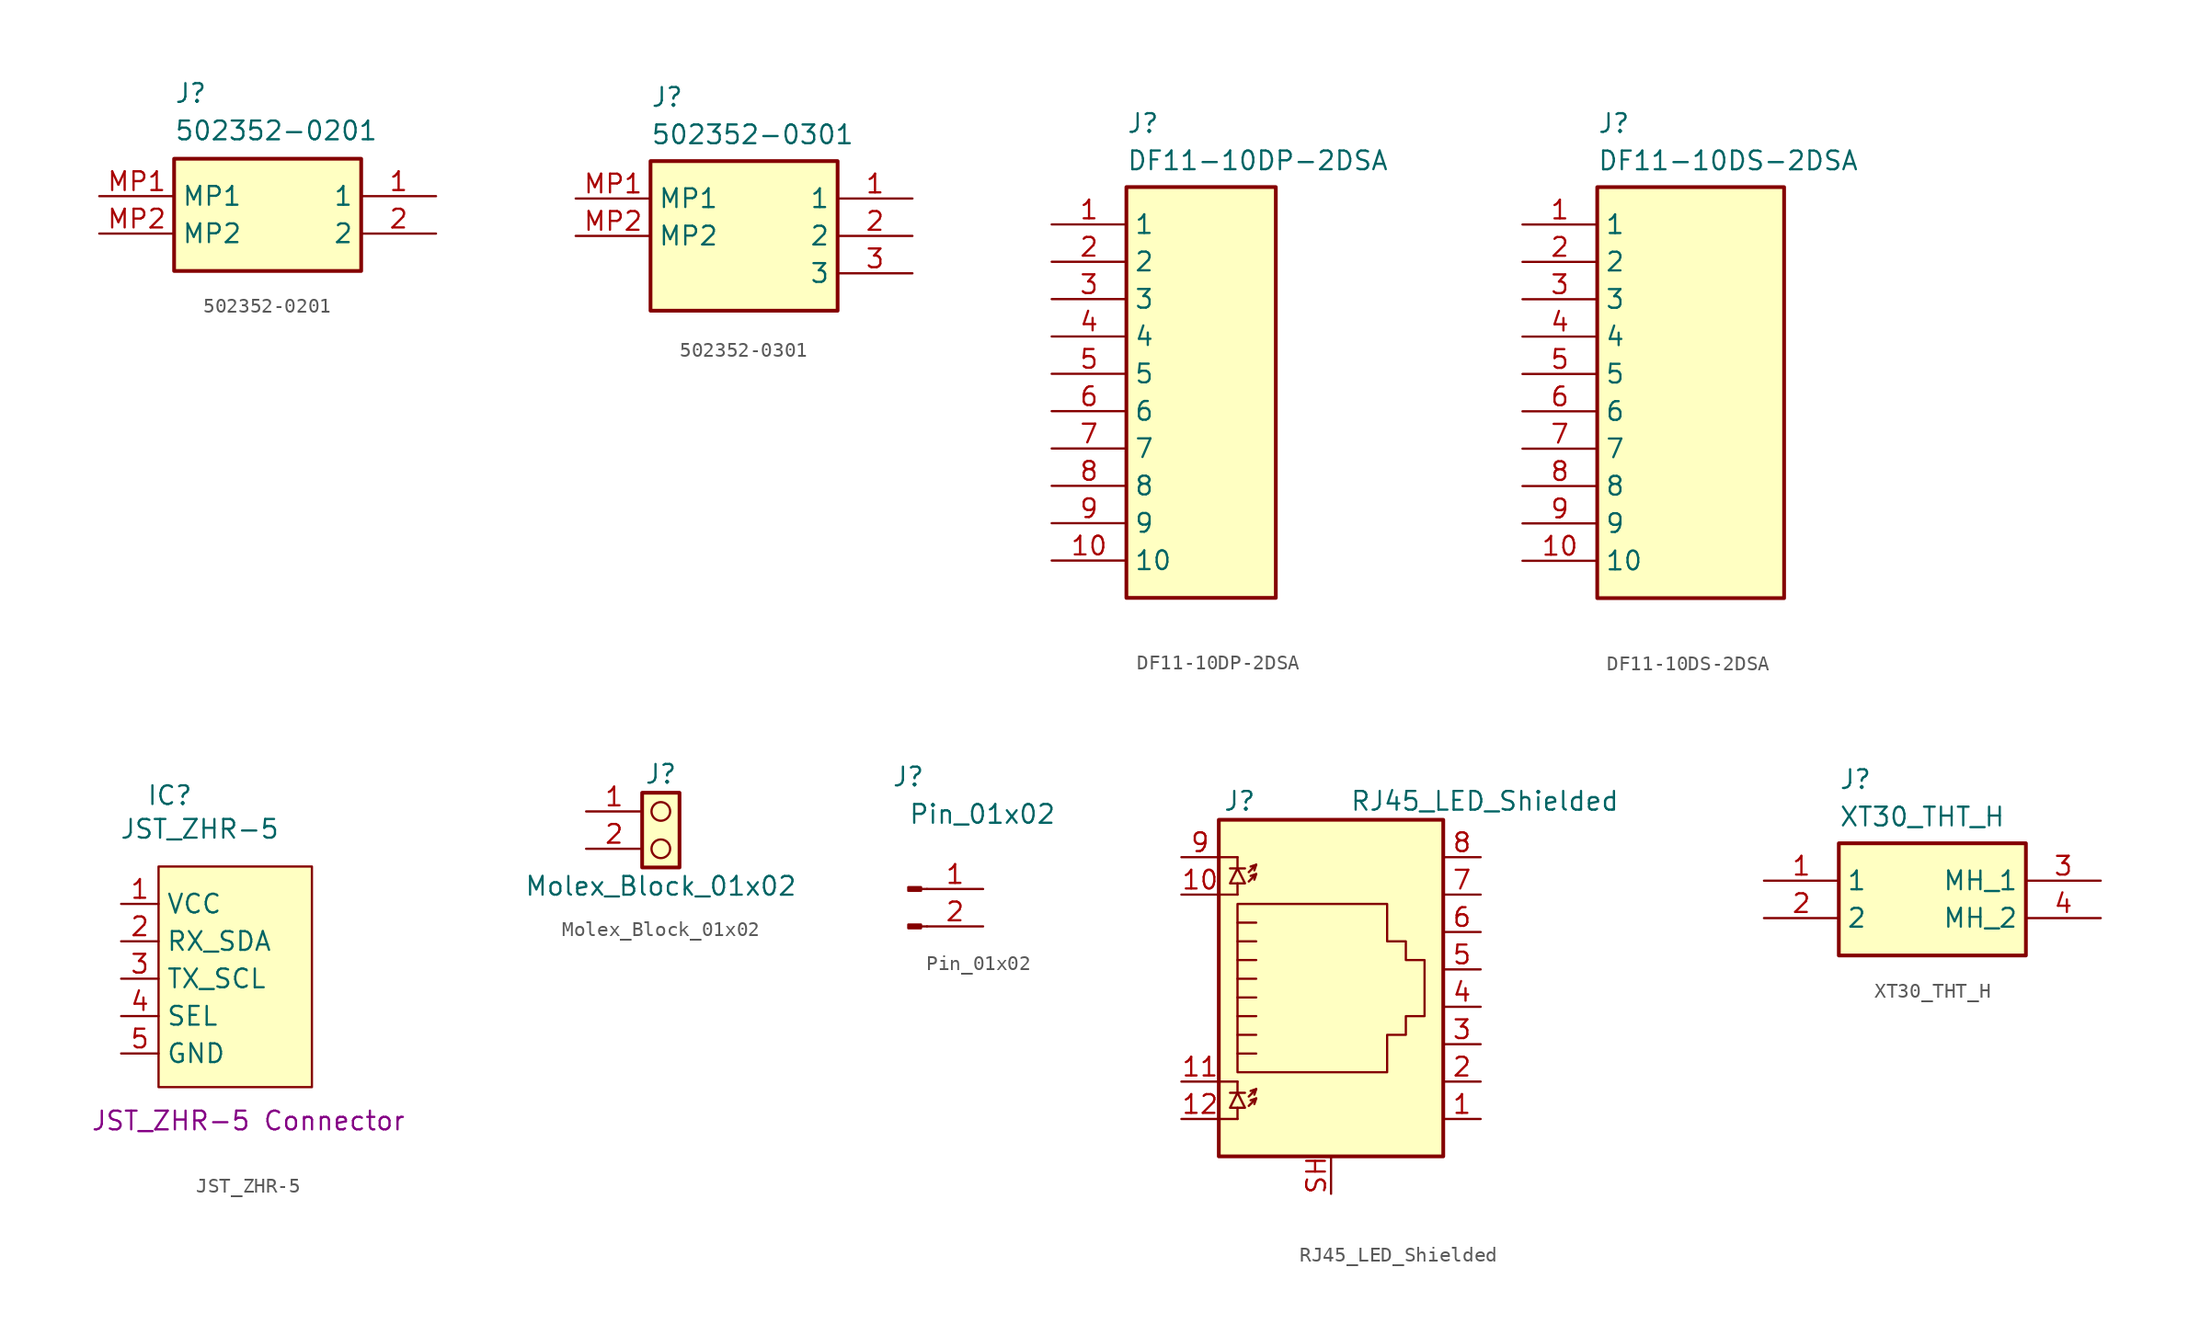
<source format=kicad_sym>
(kicad_symbol_lib
  (version 20241209)
  (generator "kicad_symbol_editor")
  (generator_version "9.0")
  (symbol "502352-0201"
    (property "Reference" "J"
      (at 5.08 6.985 0)
      (effects (font (size 1.27 1.27)) (justify left)))
    (property "Value" "502352-0201"
      (at 5.08 4.445 0)
      (effects (font (size 1.27 1.27)) (justify left)))
    (symbol "502352-0201_1_1"
      (rectangle (start 5.08 2.54) (end 17.78 -5.08) (stroke (width 0.254) (type default)) (fill (type background)))
      (pin passive line (at 0 0 0) (length 5.08) (name "MP1" (effects (font (size 1.27 1.27)))) (number "MP1" (effects (font (size 1.27 1.27)))))
      (pin passive line (at 0 -2.54 0) (length 5.08) (name "MP2" (effects (font (size 1.27 1.27)))) (number "MP2" (effects (font (size 1.27 1.27)))))
      (pin passive line (at 22.86 0 180) (length 5.08) (name "1" (effects (font (size 1.27 1.27)))) (number "1" (effects (font (size 1.27 1.27)))))
      (pin passive line (at 22.86 -2.54 180) (length 5.08) (name "2" (effects (font (size 1.27 1.27)))) (number "2" (effects (font (size 1.27 1.27)))))))
  (symbol "502352-0301"
    (property "Reference" "J"
      (at 5.08 7.62 0)
      (effects (font (size 1.27 1.27)) (justify left top)))
    (property "Value" "502352-0301"
      (at 5.08 5.08 0)
      (effects (font (size 1.27 1.27)) (justify left top)))
    (symbol "502352-0301_1_1"
      (rectangle (start 5.08 2.54) (end 17.78 -7.62) (stroke (width 0.254) (type default)) (fill (type background)))
      (pin passive line (at 0 0 0) (length 5.08) (name "MP1" (effects (font (size 1.27 1.27)))) (number "MP1" (effects (font (size 1.27 1.27)))))
      (pin passive line (at 0 -2.54 0) (length 5.08) (name "MP2" (effects (font (size 1.27 1.27)))) (number "MP2" (effects (font (size 1.27 1.27)))))
      (pin passive line (at 22.86 0 180) (length 5.08) (name "1" (effects (font (size 1.27 1.27)))) (number "1" (effects (font (size 1.27 1.27)))))
      (pin passive line (at 22.86 -2.54 180) (length 5.08) (name "2" (effects (font (size 1.27 1.27)))) (number "2" (effects (font (size 1.27 1.27)))))
      (pin passive line (at 22.86 -5.08 180) (length 5.08) (name "3" (effects (font (size 1.27 1.27)))) (number "3" (effects (font (size 1.27 1.27)))))))
  (symbol "DF11-10DP-2DSA"
    (property "Reference" "J"
      (at 5.08 7.62 0)
      (effects (font (size 1.27 1.27)) (justify left top)))
    (property "Value" "DF11-10DP-2DSA"
      (at 5.08 5.08 0)
      (effects (font (size 1.27 1.27)) (justify left top)))
    (symbol "DF11-10DP-2DSA_1_1"
      (rectangle (start 5.08 2.54) (end 15.24 -25.4) (stroke (width 0.254) (type default)) (fill (type background)))
      (pin passive line (at 0 0 0) (length 5.08) (name "1" (effects (font (size 1.27 1.27)))) (number "1" (effects (font (size 1.27 1.27)))))
      (pin passive line (at 0 -2.54 0) (length 5.08) (name "2" (effects (font (size 1.27 1.27)))) (number "2" (effects (font (size 1.27 1.27)))))
      (pin passive line (at 0 -5.08 0) (length 5.08) (name "3" (effects (font (size 1.27 1.27)))) (number "3" (effects (font (size 1.27 1.27)))))
      (pin passive line (at 0 -7.62 0) (length 5.08) (name "4" (effects (font (size 1.27 1.27)))) (number "4" (effects (font (size 1.27 1.27)))))
      (pin passive line (at 0 -10.16 0) (length 5.08) (name "5" (effects (font (size 1.27 1.27)))) (number "5" (effects (font (size 1.27 1.27)))))
      (pin passive line (at 0 -12.7 0) (length 5.08) (name "6" (effects (font (size 1.27 1.27)))) (number "6" (effects (font (size 1.27 1.27)))))
      (pin passive line (at 0 -15.24 0) (length 5.08) (name "7" (effects (font (size 1.27 1.27)))) (number "7" (effects (font (size 1.27 1.27)))))
      (pin passive line (at 0 -17.78 0) (length 5.08) (name "8" (effects (font (size 1.27 1.27)))) (number "8" (effects (font (size 1.27 1.27)))))
      (pin passive line (at 0 -20.32 0) (length 5.08) (name "9" (effects (font (size 1.27 1.27)))) (number "9" (effects (font (size 1.27 1.27)))))
      (pin passive line (at 0 -22.86 0) (length 5.08) (name "10" (effects (font (size 1.27 1.27)))) (number "10" (effects (font (size 1.27 1.27)))))))
  (symbol "DF11-10DS-2DSA"
    (property "Reference" "J"
      (at 5.08 7.62 0)
      (effects (font (size 1.27 1.27)) (justify left top)))
    (property "Value" "DF11-10DS-2DSA"
      (at 5.08 5.08 0)
      (effects (font (size 1.27 1.27)) (justify left top)))
    (symbol "DF11-10DS-2DSA_1_1"
      (rectangle (start 5.08 2.54) (end 17.78 -25.4) (stroke (width 0.254) (type default)) (fill (type background)))
      (pin passive line (at 0 0 0) (length 5.08) (name "1" (effects (font (size 1.27 1.27)))) (number "1" (effects (font (size 1.27 1.27)))))
      (pin passive line (at 0 -2.54 0) (length 5.08) (name "2" (effects (font (size 1.27 1.27)))) (number "2" (effects (font (size 1.27 1.27)))))
      (pin passive line (at 0 -5.08 0) (length 5.08) (name "3" (effects (font (size 1.27 1.27)))) (number "3" (effects (font (size 1.27 1.27)))))
      (pin passive line (at 0 -7.62 0) (length 5.08) (name "4" (effects (font (size 1.27 1.27)))) (number "4" (effects (font (size 1.27 1.27)))))
      (pin passive line (at 0 -10.16 0) (length 5.08) (name "5" (effects (font (size 1.27 1.27)))) (number "5" (effects (font (size 1.27 1.27)))))
      (pin passive line (at 0 -12.7 0) (length 5.08) (name "6" (effects (font (size 1.27 1.27)))) (number "6" (effects (font (size 1.27 1.27)))))
      (pin passive line (at 0 -15.24 0) (length 5.08) (name "7" (effects (font (size 1.27 1.27)))) (number "7" (effects (font (size 1.27 1.27)))))
      (pin passive line (at 0 -17.78 0) (length 5.08) (name "8" (effects (font (size 1.27 1.27)))) (number "8" (effects (font (size 1.27 1.27)))))
      (pin passive line (at 0 -20.32 0) (length 5.08) (name "9" (effects (font (size 1.27 1.27)))) (number "9" (effects (font (size 1.27 1.27)))))
      (pin passive line (at 0 -22.86 0) (length 5.08) (name "10" (effects (font (size 1.27 1.27)))) (number "10" (effects (font (size 1.27 1.27)))))))
  (symbol "JST_ZHR-5"
    (property "Reference" "IC"
      (at 0.762 12.446 0)
      (effects (font (size 1.27 1.27))))
    (property "Value" "JST_ZHR-5"
      (at 2.794 10.16 0)
      (effects (font (size 1.27 1.27))))
    (property "Description" "JST_ZHR-5 Connector"
      (at 6.096 -9.652 0)
      (effects (font (size 1.27 1.27))))
    (symbol "JST_ZHR-5_0_0"
      (pin unspecified line (at -2.54 5.08 0) (length 2.54) (name "VCC" (effects (font (size 1.27 1.27)))) (number "1" (effects (font (size 1.27 1.27)))))
      (pin unspecified line (at -2.54 2.54 0) (length 2.54) (name "RX_SDA" (effects (font (size 1.27 1.27)))) (number "2" (effects (font (size 1.27 1.27)))))
      (pin unspecified line (at -2.54 0 0) (length 2.54) (name "TX_SCL" (effects (font (size 1.27 1.27)))) (number "3" (effects (font (size 1.27 1.27)))))
      (pin unspecified line (at -2.54 -2.54 0) (length 2.54) (name "SEL" (effects (font (size 1.27 1.27)))) (number "4" (effects (font (size 1.27 1.27)))))
      (pin unspecified line (at -2.54 -5.08 0) (length 2.54) (name "GND" (effects (font (size 1.27 1.27)))) (number "5" (effects (font (size 1.27 1.27))))))
    (symbol "JST_ZHR-5_1_1"
      (rectangle (start 0 7.62) (end 10.414 -7.366) (stroke (width 0) (type solid)) (fill (type background)))))
  (symbol "Molex_Block_01x02"
    (pin_names
      (offset 1.016)
      (hide yes))
    (property "Reference" "J"
      (at 5.08 2.54 0)
      (effects (font (size 1.27 1.27))))
    (property "Value" "Molex_Block_01x02"
      (at 5.08 -5.08 0)
      (effects (font (size 1.27 1.27))))
    (symbol "Molex_Block_01x02_1_1"
      (rectangle (start 3.81 1.27) (end 6.35 -3.81) (stroke (width 0.254) (type default)) (fill (type background)))
      (circle (center 5.08 0) (radius 0.635) (stroke (width 0.152) (type default)) (fill (type none)))
      (circle (center 5.08 -2.54) (radius 0.635) (stroke (width 0.152) (type default)) (fill (type none)))
      (pin passive line (at 0 0 0) (length 3.81) (name "Pin_1" (effects (font (size 1.27 1.27)))) (number "1" (effects (font (size 1.27 1.27)))))
      (pin passive line (at 0 -2.54 0) (length 3.81) (name "Pin_2" (effects (font (size 1.27 1.27)))) (number "2" (effects (font (size 1.27 1.27)))))))
  (symbol "Pin_01x02"
    (pin_names
      (offset 1.016)
      (hide yes))
    (property "Reference" "J"
      (at 0 7.62 0)
      (effects (font (size 1.27 1.27))))
    (property "Value" "Pin_01x02"
      (at 0 5.08 0)
      (effects (font (size 1.27 1.27)) (justify left)))
    (property "ki_locked" ""
      (at 0 0 0)
      (effects (font (size 1.27 1.27))))
    (symbol "Pin_01x02_1_1"
      (rectangle (start 0.864 0.127) (end 0 -0.127) (stroke (width 0.152) (type default)) (fill (type outline)))
      (rectangle (start 0.864 -2.413) (end 0 -2.667) (stroke (width 0.152) (type default)) (fill (type outline)))
      (polyline (pts (xy 1.27 0) (xy 0.864 0)) (stroke (width 0.152) (type default)) (fill (type none)))
      (polyline (pts (xy 1.27 -2.54) (xy 0.864 -2.54)) (stroke (width 0.152) (type default)) (fill (type none)))
      (pin passive line (at 5.08 0 180) (length 3.81) (name "Pin_1" (effects (font (size 1.27 1.27)))) (number "1" (effects (font (size 1.27 1.27)))))
      (pin passive line (at 5.08 -2.54 180) (length 3.81) (name "Pin_2" (effects (font (size 1.27 1.27)))) (number "2" (effects (font (size 1.27 1.27)))))))
  (symbol "RJ45_LED_Shielded"
    (pin_names
      (offset 1.016))
    (property "Reference" "J"
      (at -15.24 21.59 0)
      (effects (font (size 1.27 1.27)) (justify right)))
    (property "Value" "RJ45_LED_Shielded"
      (at -8.89 21.59 0)
      (effects (font (size 1.27 1.27)) (justify left)))
    (symbol "RJ45_LED_Shielded_0_1"
      (polyline (pts (xy -17.78 17.78) (xy -16.51 17.78)) (stroke (width 0) (type default)) (fill (type none)))
      (polyline (pts (xy -17.78 15.24) (xy -16.51 15.24)) (stroke (width 0) (type default)) (fill (type none)))
      (polyline (pts (xy -17.78 2.54) (xy -16.51 2.54)) (stroke (width 0) (type default)) (fill (type none)))
      (polyline (pts (xy -17.78 0) (xy -16.51 0)) (stroke (width 0) (type default)) (fill (type none)))
      (polyline (pts (xy -17.018 17.018) (xy -16.002 17.018)) (stroke (width 0) (type default)) (fill (type none)))
      (polyline (pts (xy -17.018 1.778) (xy -16.002 1.778)) (stroke (width 0) (type default)) (fill (type none)))
      (polyline (pts (xy -16.51 17.78) (xy -16.51 17.018)) (stroke (width 0) (type default)) (fill (type none)))
      (polyline (pts (xy -16.51 17.018) (xy -17.018 16.002) (xy -16.002 16.002) (xy -16.51 17.018)) (stroke (width 0) (type default)) (fill (type none)))
      (polyline (pts (xy -16.51 15.24) (xy -16.51 16.002)) (stroke (width 0) (type default)) (fill (type none)))
      (polyline (pts (xy -16.51 9.525) (xy -15.24 9.525) (xy -15.24 9.525)) (stroke (width 0) (type default)) (fill (type none)))
      (polyline (pts (xy -16.51 8.255) (xy -15.24 8.255) (xy -15.24 8.255)) (stroke (width 0) (type default)) (fill (type none)))
      (polyline (pts (xy -16.51 6.985) (xy -15.24 6.985) (xy -15.24 6.985)) (stroke (width 0) (type default)) (fill (type none)))
      (polyline (pts (xy -16.51 5.715) (xy -15.24 5.715) (xy -15.24 5.715)) (stroke (width 0) (type default)) (fill (type none)))
      (polyline (pts (xy -16.51 4.445) (xy -15.24 4.445) (xy -15.24 4.445)) (stroke (width 0) (type default)) (fill (type none)))
      (polyline (pts (xy -16.51 3.175) (xy -16.51 14.605) (xy -6.35 14.605) (xy -6.35 12.065) (xy -5.08 12.065) (xy -5.08 10.795) (xy -3.81 10.795) (xy -3.81 6.985) (xy -5.08 6.985) (xy -5.08 5.715) (xy -6.35 5.715) (xy -6.35 3.175) (xy -16.51 3.175) (xy -16.51 3.175)) (stroke (width 0) (type default)) (fill (type none)))
      (polyline (pts (xy -16.51 2.54) (xy -16.51 1.778)) (stroke (width 0) (type default)) (fill (type none)))
      (polyline (pts (xy -16.51 1.778) (xy -17.018 0.762) (xy -16.002 0.762) (xy -16.51 1.778)) (stroke (width 0) (type default)) (fill (type none)))
      (polyline (pts (xy -16.51 0) (xy -16.51 0.762)) (stroke (width 0) (type default)) (fill (type none)))
      (polyline (pts (xy -15.748 16.764) (xy -15.24 17.272) (xy -15.621 17.145)) (stroke (width 0) (type default)) (fill (type none)))
      (polyline (pts (xy -15.748 16.129) (xy -15.24 16.637) (xy -15.621 16.51)) (stroke (width 0) (type default)) (fill (type none)))
      (polyline (pts (xy -15.748 1.524) (xy -15.24 2.032) (xy -15.621 1.905)) (stroke (width 0) (type default)) (fill (type none)))
      (polyline (pts (xy -15.748 0.889) (xy -15.24 1.397) (xy -15.621 1.27)) (stroke (width 0) (type default)) (fill (type none)))
      (polyline (pts (xy -15.24 17.272) (xy -15.367 16.891)) (stroke (width 0) (type default)) (fill (type none)))
      (polyline (pts (xy -15.24 16.637) (xy -15.367 16.256)) (stroke (width 0) (type default)) (fill (type none)))
      (polyline (pts (xy -15.24 13.335) (xy -16.51 13.335)) (stroke (width 0) (type default)) (fill (type none)))
      (polyline (pts (xy -15.24 12.065) (xy -16.51 12.065)) (stroke (width 0) (type default)) (fill (type none)))
      (polyline (pts (xy -15.24 10.795) (xy -16.51 10.795) (xy -16.51 10.795)) (stroke (width 0) (type default)) (fill (type none)))
      (polyline (pts (xy -15.24 2.032) (xy -15.367 1.651)) (stroke (width 0) (type default)) (fill (type none)))
      (polyline (pts (xy -15.24 1.397) (xy -15.367 1.016)) (stroke (width 0) (type default)) (fill (type none)))
      (rectangle (start -2.54 20.32) (end -17.78 -2.54) (stroke (width 0.254) (type default)) (fill (type background))))
    (symbol "RJ45_LED_Shielded_1_1"
      (pin passive line (at -20.32 17.78 0) (length 2.54) (name "~" (effects (font (size 1.27 1.27)))) (number "9" (effects (font (size 1.27 1.27)))))
      (pin passive line (at -20.32 15.24 0) (length 2.54) (name "~" (effects (font (size 1.27 1.27)))) (number "10" (effects (font (size 1.27 1.27)))))
      (pin passive line (at -20.32 2.54 0) (length 2.54) (name "~" (effects (font (size 1.27 1.27)))) (number "11" (effects (font (size 1.27 1.27)))))
      (pin passive line (at -20.32 0 0) (length 2.54) (name "~" (effects (font (size 1.27 1.27)))) (number "12" (effects (font (size 1.27 1.27)))))
      (pin passive line (at -10.16 -5.08 90) (length 2.54) (name "~" (effects (font (size 1.27 1.27)))) (number "SH" (effects (font (size 1.27 1.27)))))
      (pin passive line (at 0 17.78 180) (length 2.54) (name "~" (effects (font (size 1.27 1.27)))) (number "8" (effects (font (size 1.27 1.27)))))
      (pin passive line (at 0 15.24 180) (length 2.54) (name "~" (effects (font (size 1.27 1.27)))) (number "7" (effects (font (size 1.27 1.27)))))
      (pin passive line (at 0 12.7 180) (length 2.54) (name "~" (effects (font (size 1.27 1.27)))) (number "6" (effects (font (size 1.27 1.27)))))
      (pin passive line (at 0 10.16 180) (length 2.54) (name "~" (effects (font (size 1.27 1.27)))) (number "5" (effects (font (size 1.27 1.27)))))
      (pin passive line (at 0 7.62 180) (length 2.54) (name "~" (effects (font (size 1.27 1.27)))) (number "4" (effects (font (size 1.27 1.27)))))
      (pin passive line (at 0 5.08 180) (length 2.54) (name "~" (effects (font (size 1.27 1.27)))) (number "3" (effects (font (size 1.27 1.27)))))
      (pin passive line (at 0 2.54 180) (length 2.54) (name "~" (effects (font (size 1.27 1.27)))) (number "2" (effects (font (size 1.27 1.27)))))
      (pin passive line (at 0 0 180) (length 2.54) (name "~" (effects (font (size 1.27 1.27)))) (number "1" (effects (font (size 1.27 1.27)))))))
  (symbol "XT30_THT_H"
    (property "Reference" "J"
      (at 5.08 7.62 0)
      (effects (font (size 1.27 1.27)) (justify left top)))
    (property "Value" "XT30_THT_H"
      (at 5.08 5.08 0)
      (effects (font (size 1.27 1.27)) (justify left top)))
    (symbol "XT30_THT_H_1_1"
      (rectangle (start 5.08 2.54) (end 17.78 -5.08) (stroke (width 0.254) (type default)) (fill (type background)))
      (pin passive line (at 0 0 0) (length 5.08) (name "1" (effects (font (size 1.27 1.27)))) (number "1" (effects (font (size 1.27 1.27)))))
      (pin passive line (at 0 -2.54 0) (length 5.08) (name "2" (effects (font (size 1.27 1.27)))) (number "2" (effects (font (size 1.27 1.27)))))
      (pin passive line (at 22.86 0 180) (length 5.08) (name "MH_1" (effects (font (size 1.27 1.27)))) (number "3" (effects (font (size 1.27 1.27)))))
      (pin passive line (at 22.86 -2.54 180) (length 5.08) (name "MH_2" (effects (font (size 1.27 1.27)))) (number "4" (effects (font (size 1.27 1.27))))))))
</source>
